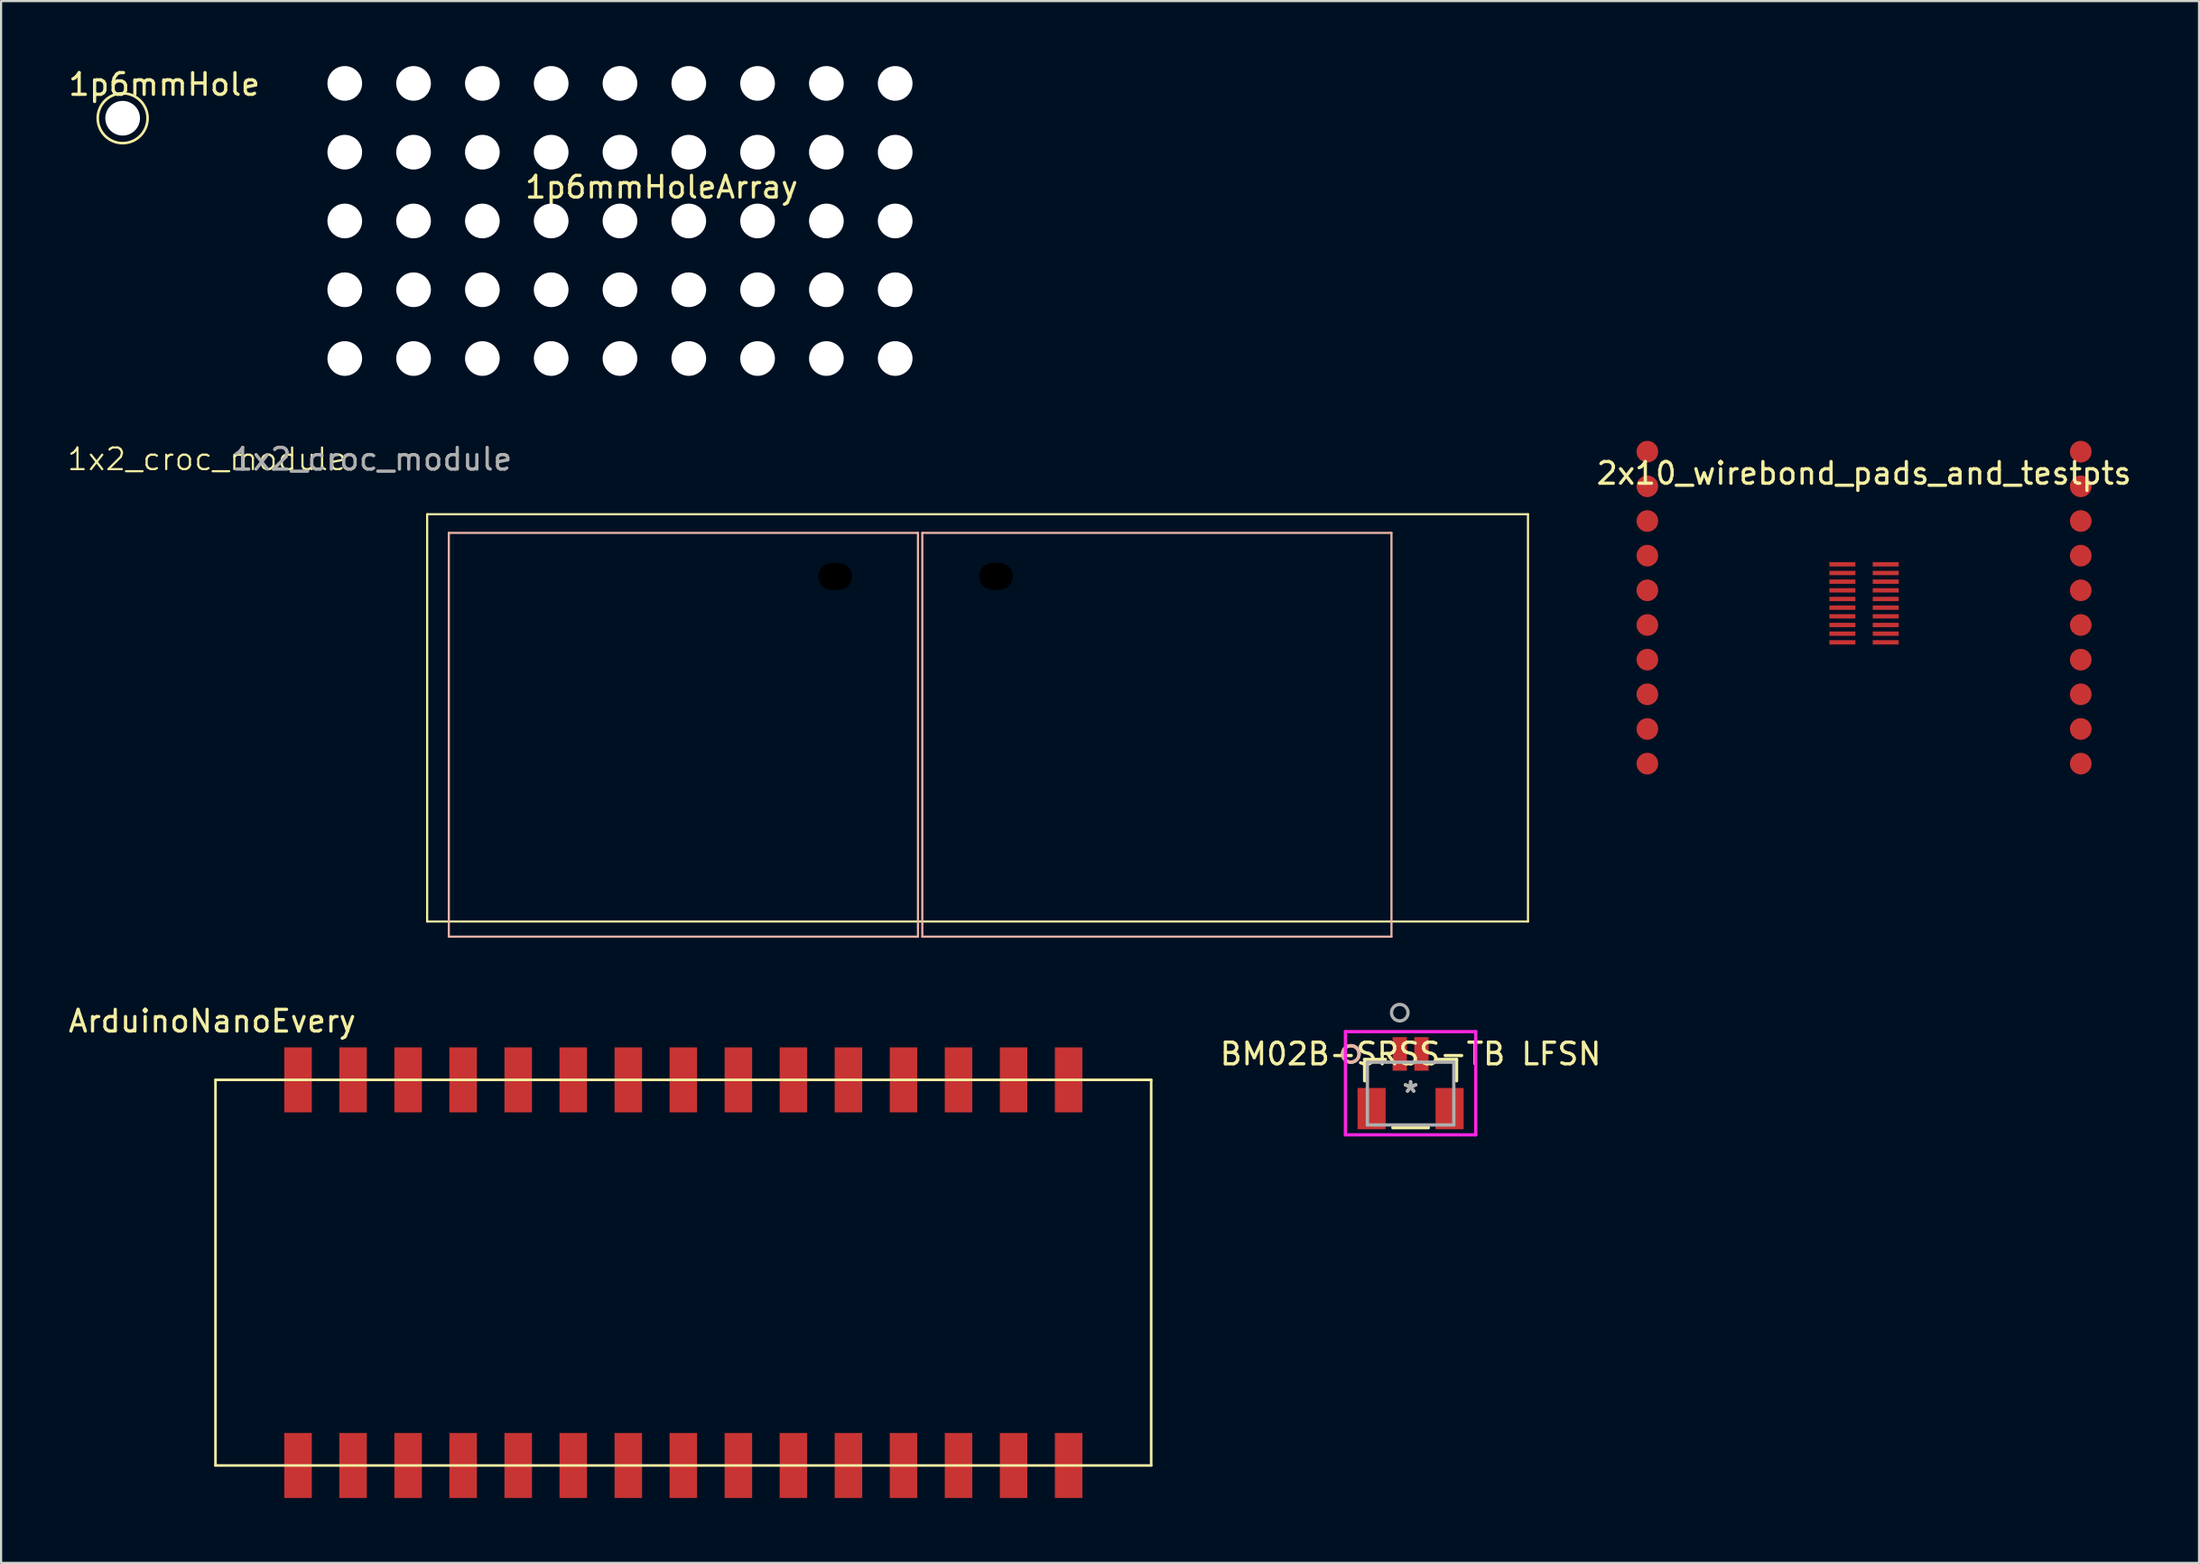
<source format=kicad_pcb>
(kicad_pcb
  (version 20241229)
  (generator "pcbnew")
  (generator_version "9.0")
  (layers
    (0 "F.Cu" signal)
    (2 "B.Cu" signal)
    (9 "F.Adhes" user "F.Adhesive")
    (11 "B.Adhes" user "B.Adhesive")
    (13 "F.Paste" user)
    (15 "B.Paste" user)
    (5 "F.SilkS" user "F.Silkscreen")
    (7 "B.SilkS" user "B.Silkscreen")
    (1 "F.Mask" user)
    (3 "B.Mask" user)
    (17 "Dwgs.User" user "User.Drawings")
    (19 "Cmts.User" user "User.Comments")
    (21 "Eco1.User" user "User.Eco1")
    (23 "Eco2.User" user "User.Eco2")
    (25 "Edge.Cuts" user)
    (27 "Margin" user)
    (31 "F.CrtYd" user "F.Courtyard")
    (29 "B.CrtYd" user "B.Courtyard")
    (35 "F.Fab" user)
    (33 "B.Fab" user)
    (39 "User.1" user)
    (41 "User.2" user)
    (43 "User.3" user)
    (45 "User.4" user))
  (footprint "2x10_wirebond_pads_and_testpts"
    (layer "F.Cu")
    (at 82.971 24.8)
    (property "Reference" "2x10_wirebond_pads_and_testpts" (at 0 -6 0) (layer "F.SilkS") (effects (font (size 1 1) (thickness 0.15))))
    (attr smd)
    (pad "1" smd circle (at -10 -7) (size 1 1) (layers "F.Cu" "F.Mask" "F.Paste"))
    (pad "1" smd rect (at -1 -1.8) (size 1.2 0.2) (layers "F.Cu" "F.Mask" "F.Paste"))
    (pad "2" smd circle (at -10 -5.4) (size 1 1) (layers "F.Cu" "F.Mask" "F.Paste"))
    (pad "2" smd rect (at -1 -1.4) (size 1.2 0.2) (layers "F.Cu" "F.Mask" "F.Paste"))
    (pad "3" smd circle (at -10 -3.8) (size 1 1) (layers "F.Cu" "F.Mask" "F.Paste"))
    (pad "3" smd rect (at -1 -1) (size 1.2 0.2) (layers "F.Cu" "F.Mask" "F.Paste"))
    (pad "4" smd circle (at -10 -2.2) (size 1 1) (layers "F.Cu" "F.Mask" "F.Paste"))
    (pad "4" smd rect (at -1 -0.6) (size 1.2 0.2) (layers "F.Cu" "F.Mask" "F.Paste"))
    (pad "5" smd circle (at -10 -0.6) (size 1 1) (layers "F.Cu" "F.Mask" "F.Paste"))
    (pad "5" smd rect (at -1 -0.2) (size 1.2 0.2) (layers "F.Cu" "F.Mask" "F.Paste"))
    (pad "6" smd circle (at -10 1) (size 1 1) (layers "F.Cu" "F.Mask" "F.Paste"))
    (pad "6" smd rect (at -1 0.2) (size 1.2 0.2) (layers "F.Cu" "F.Mask" "F.Paste"))
    (pad "7" smd circle (at -10 2.6) (size 1 1) (layers "F.Cu" "F.Mask" "F.Paste"))
    (pad "7" smd rect (at -1 0.6) (size 1.2 0.2) (layers "F.Cu" "F.Mask" "F.Paste"))
    (pad "8" smd circle (at -10 4.2) (size 1 1) (layers "F.Cu" "F.Mask" "F.Paste"))
    (pad "8" smd rect (at -1 1) (size 1.2 0.2) (layers "F.Cu" "F.Mask" "F.Paste"))
    (pad "9" smd circle (at -10 5.8) (size 1 1) (layers "F.Cu" "F.Mask" "F.Paste"))
    (pad "9" smd rect (at -1 1.4) (size 1.2 0.2) (layers "F.Cu" "F.Mask" "F.Paste"))
    (pad "10" smd circle (at -10 7.4) (size 1 1) (layers "F.Cu" "F.Mask" "F.Paste"))
    (pad "10" smd rect (at -1 1.8) (size 1.2 0.2) (layers "F.Cu" "F.Mask" "F.Paste"))
    (pad "11" smd rect (at 1 -1.8) (size 1.2 0.2) (layers "F.Cu" "F.Mask" "F.Paste"))
    (pad "11" smd circle (at 10 -7) (size 1 1) (layers "F.Cu" "F.Mask" "F.Paste"))
    (pad "12" smd rect (at 1 -1.4) (size 1.2 0.2) (layers "F.Cu" "F.Mask" "F.Paste"))
    (pad "12" smd circle (at 10 -5.4) (size 1 1) (layers "F.Cu" "F.Mask" "F.Paste"))
    (pad "13" smd rect (at 1 -1) (size 1.2 0.2) (layers "F.Cu" "F.Mask" "F.Paste"))
    (pad "13" smd circle (at 10 -3.8) (size 1 1) (layers "F.Cu" "F.Mask" "F.Paste"))
    (pad "14" smd rect (at 1 -0.6) (size 1.2 0.2) (layers "F.Cu" "F.Mask" "F.Paste"))
    (pad "14" smd circle (at 10 -2.2) (size 1 1) (layers "F.Cu" "F.Mask" "F.Paste"))
    (pad "15" smd rect (at 1 -0.2) (size 1.2 0.2) (layers "F.Cu" "F.Mask" "F.Paste"))
    (pad "15" smd circle (at 10 -0.6) (size 1 1) (layers "F.Cu" "F.Mask" "F.Paste"))
    (pad "16" smd rect (at 1 0.2) (size 1.2 0.2) (layers "F.Cu" "F.Mask" "F.Paste"))
    (pad "16" smd circle (at 10 1) (size 1 1) (layers "F.Cu" "F.Mask" "F.Paste"))
    (pad "17" smd rect (at 1 0.6) (size 1.2 0.2) (layers "F.Cu" "F.Mask" "F.Paste"))
    (pad "17" smd circle (at 10 2.6) (size 1 1) (layers "F.Cu" "F.Mask" "F.Paste"))
    (pad "18" smd rect (at 1 1) (size 1.2 0.2) (layers "F.Cu" "F.Mask" "F.Paste"))
    (pad "18" smd circle (at 10 4.2) (size 1 1) (layers "F.Cu" "F.Mask" "F.Paste"))
    (pad "19" smd rect (at 1 1.4) (size 1.2 0.2) (layers "F.Cu" "F.Mask" "F.Paste"))
    (pad "19" smd circle (at 10 5.8) (size 1 1) (layers "F.Cu" "F.Mask" "F.Paste"))
    (pad "20" smd rect (at 1 1.8) (size 1.2 0.2) (layers "F.Cu" "F.Mask" "F.Paste"))
    (pad "20" smd circle (at 10 7.4) (size 1 1) (layers "F.Cu" "F.Mask" "F.Paste")))
  (footprint "1x2_croc_module"
    (layer "F.Cu")
    (at 16.662 20.688)
    (property "Reference" "1x2_croc_module" (at -10.16 -2.54 0) (unlocked yes) (layer "F.SilkS") (effects (font (size 1 1) (thickness 0.1))))
    (attr smd)
    (fp_line (start 0 0) (end 0 18.8) (stroke (width 0.1) (type default)) (layer "F.SilkS"))
    (fp_line (start 0 0) (end 50.8 0) (stroke (width 0.1) (type default)) (layer "F.SilkS"))
    (fp_line (start 0 18.8) (end 50.8 18.8) (stroke (width 0.1) (type default)) (layer "F.SilkS"))
    (fp_line (start 50.8 0) (end 50.8 18.8) (stroke (width 0.1) (type default)) (layer "F.SilkS"))
    (fp_line (start 1 0.86) (end 1 19.5) (stroke (width 0.1) (type default)) (layer "B.SilkS"))
    (fp_line (start 1 0.86) (end 22.65 0.86) (stroke (width 0.1) (type default)) (layer "B.SilkS"))
    (fp_line (start 1 19.5) (end 22.65 19.5) (stroke (width 0.1) (type default)) (layer "B.SilkS"))
    (fp_line (start 22.65 0.86) (end 22.65 19.5) (stroke (width 0.1) (type default)) (layer "B.SilkS"))
    (fp_line (start 22.85 0.86) (end 22.85 19.5) (stroke (width 0.1) (type default)) (layer "B.SilkS"))
    (fp_line (start 22.85 0.86) (end 44.5 0.86) (stroke (width 0.1) (type default)) (layer "B.SilkS"))
    (fp_line (start 22.85 19.5) (end 44.5 19.5) (stroke (width 0.1) (type default)) (layer "B.SilkS"))
    (fp_line (start 44.5 0.86) (end 44.5 19.5) (stroke (width 0.1) (type default)) (layer "B.SilkS"))
    (fp_text user "${REFERENCE}" (at -2.54 -2.54 0) (unlocked yes) (layer "F.Fab") (effects (font (size 1 1) (thickness 0.15))))
    (pad "" np_thru_hole oval (at 18.83 2.87) (size 1.56 1.24) (drill oval 1.56 1.24) (layers "*.Mask"))
    (pad "" np_thru_hole oval (at 26.25 2.87) (size 1.56 1.24) (drill oval 1.56 1.24) (layers "*.Mask")))
  (footprint "1p6mmHoleArray"
    (layer "F.Cu")
    (at 25.56 7.15)
    (property "Reference" "1p6mmHoleArray" (at 1.92 -1.56 0) (layer "F.SilkS") (effects (font (size 1 1) (thickness 0.15))))
    (attr through_hole)
    (pad "" np_thru_hole circle (at -12.7 -6.35) (size 1.6 1.6) (drill 1.6) (layers "*.Cu" "*.Mask"))
    (pad "" np_thru_hole circle (at -12.7 -3.175) (size 1.6 1.6) (drill 1.6) (layers "*.Cu" "*.Mask"))
    (pad "" np_thru_hole circle (at -12.7 0) (size 1.6 1.6) (drill 1.6) (layers "*.Cu" "*.Mask"))
    (pad "" np_thru_hole circle (at -12.7 3.175) (size 1.6 1.6) (drill 1.6) (layers "*.Cu" "*.Mask"))
    (pad "" np_thru_hole circle (at -12.7 6.35) (size 1.6 1.6) (drill 1.6) (layers "*.Cu" "*.Mask"))
    (pad "" np_thru_hole circle (at -9.525 -6.35) (size 1.6 1.6) (drill 1.6) (layers "*.Cu" "*.Mask"))
    (pad "" np_thru_hole circle (at -9.525 -3.175) (size 1.6 1.6) (drill 1.6) (layers "*.Cu" "*.Mask"))
    (pad "" np_thru_hole circle (at -9.525 0) (size 1.6 1.6) (drill 1.6) (layers "*.Cu" "*.Mask"))
    (pad "" np_thru_hole circle (at -9.525 3.175) (size 1.6 1.6) (drill 1.6) (layers "*.Cu" "*.Mask"))
    (pad "" np_thru_hole circle (at -9.525 6.35) (size 1.6 1.6) (drill 1.6) (layers "*.Cu" "*.Mask"))
    (pad "" np_thru_hole circle (at -6.35 -6.35) (size 1.6 1.6) (drill 1.6) (layers "*.Cu" "*.Mask"))
    (pad "" np_thru_hole circle (at -6.35 -3.175) (size 1.6 1.6) (drill 1.6) (layers "*.Cu" "*.Mask"))
    (pad "" np_thru_hole circle (at -6.35 0) (size 1.6 1.6) (drill 1.6) (layers "*.Cu" "*.Mask"))
    (pad "" np_thru_hole circle (at -6.35 3.175) (size 1.6 1.6) (drill 1.6) (layers "*.Cu" "*.Mask"))
    (pad "" np_thru_hole circle (at -6.35 6.35) (size 1.6 1.6) (drill 1.6) (layers "*.Cu" "*.Mask"))
    (pad "" np_thru_hole circle (at -3.175 -6.35) (size 1.6 1.6) (drill 1.6) (layers "*.Cu" "*.Mask"))
    (pad "" np_thru_hole circle (at -3.175 -3.175) (size 1.6 1.6) (drill 1.6) (layers "*.Cu" "*.Mask"))
    (pad "" np_thru_hole circle (at -3.175 0) (size 1.6 1.6) (drill 1.6) (layers "*.Cu" "*.Mask"))
    (pad "" np_thru_hole circle (at -3.175 3.175) (size 1.6 1.6) (drill 1.6) (layers "*.Cu" "*.Mask"))
    (pad "" np_thru_hole circle (at -3.175 6.35) (size 1.6 1.6) (drill 1.6) (layers "*.Cu" "*.Mask"))
    (pad "" np_thru_hole circle (at 0 -6.35) (size 1.6 1.6) (drill 1.6) (layers "*.Cu" "*.Mask"))
    (pad "" np_thru_hole circle (at 0 -3.175) (size 1.6 1.6) (drill 1.6) (layers "*.Cu" "*.Mask"))
    (pad "" np_thru_hole circle (at 0 0) (size 1.6 1.6) (drill 1.6) (layers "*.Cu" "*.Mask"))
    (pad "" np_thru_hole circle (at 0 3.175) (size 1.6 1.6) (drill 1.6) (layers "*.Cu" "*.Mask"))
    (pad "" np_thru_hole circle (at 0 6.35) (size 1.6 1.6) (drill 1.6) (layers "*.Cu" "*.Mask"))
    (pad "" np_thru_hole circle (at 3.175 -6.35) (size 1.6 1.6) (drill 1.6) (layers "*.Cu" "*.Mask"))
    (pad "" np_thru_hole circle (at 3.175 -3.175) (size 1.6 1.6) (drill 1.6) (layers "*.Cu" "*.Mask"))
    (pad "" np_thru_hole circle (at 3.175 0) (size 1.6 1.6) (drill 1.6) (layers "*.Cu" "*.Mask"))
    (pad "" np_thru_hole circle (at 3.175 3.175) (size 1.6 1.6) (drill 1.6) (layers "*.Cu" "*.Mask"))
    (pad "" np_thru_hole circle (at 3.175 6.35) (size 1.6 1.6) (drill 1.6) (layers "*.Cu" "*.Mask"))
    (pad "" np_thru_hole circle (at 6.35 -6.35) (size 1.6 1.6) (drill 1.6) (layers "*.Cu" "*.Mask"))
    (pad "" np_thru_hole circle (at 6.35 -3.175) (size 1.6 1.6) (drill 1.6) (layers "*.Cu" "*.Mask"))
    (pad "" np_thru_hole circle (at 6.35 0) (size 1.6 1.6) (drill 1.6) (layers "*.Cu" "*.Mask"))
    (pad "" np_thru_hole circle (at 6.35 3.175) (size 1.6 1.6) (drill 1.6) (layers "*.Cu" "*.Mask"))
    (pad "" np_thru_hole circle (at 6.35 6.35) (size 1.6 1.6) (drill 1.6) (layers "*.Cu" "*.Mask"))
    (pad "" np_thru_hole circle (at 9.525 -6.35) (size 1.6 1.6) (drill 1.6) (layers "*.Cu" "*.Mask"))
    (pad "" np_thru_hole circle (at 9.525 -3.175) (size 1.6 1.6) (drill 1.6) (layers "*.Cu" "*.Mask"))
    (pad "" np_thru_hole circle (at 9.525 0) (size 1.6 1.6) (drill 1.6) (layers "*.Cu" "*.Mask"))
    (pad "" np_thru_hole circle (at 9.525 3.175) (size 1.6 1.6) (drill 1.6) (layers "*.Cu" "*.Mask"))
    (pad "" np_thru_hole circle (at 9.525 6.35) (size 1.6 1.6) (drill 1.6) (layers "*.Cu" "*.Mask"))
    (pad "" np_thru_hole circle (at 12.7 -6.35) (size 1.6 1.6) (drill 1.6) (layers "*.Cu" "*.Mask"))
    (pad "" np_thru_hole circle (at 12.7 -3.175) (size 1.6 1.6) (drill 1.6) (layers "*.Cu" "*.Mask"))
    (pad "" np_thru_hole circle (at 12.7 0) (size 1.6 1.6) (drill 1.6) (layers "*.Cu" "*.Mask"))
    (pad "" np_thru_hole circle (at 12.7 3.175) (size 1.6 1.6) (drill 1.6) (layers "*.Cu" "*.Mask"))
    (pad "" np_thru_hole circle (at 12.7 6.35) (size 1.6 1.6) (drill 1.6) (layers "*.Cu" "*.Mask")))
  (footprint "1p6mmHole"
    (layer "F.Cu")
    (at 2.61 2.408)
    (property "Reference" "1p6mmHole" (at 1.92 -1.56 0) (layer "F.SilkS") (effects (font (size 1 1) (thickness 0.15))))
    (attr through_hole)
    (fp_circle (center 0 0) (end 1.15 0) (stroke (width 0.12) (type solid)) (fill no) (layer "F.SilkS"))
    (pad "" np_thru_hole circle (at 0 0) (size 1.6 1.6) (drill 1.6) (layers "*.Cu" "*.Mask")))
  (footprint "ArduinoNanoEvery"
    (layer "F.Cu")
    (at 10.704 46.797)
    (property "Reference" "ArduinoNanoEvery" (at -3.96 -2.71 0) (layer "F.SilkS") (effects (font (size 1 1) (thickness 0.15))))
    (attr through_hole)
    (fp_line (start -3.81 0) (end -3.81 17.8) (stroke (width 0.12) (type solid)) (layer "F.SilkS"))
    (fp_line (start -3.81 0) (end 39.37 0) (stroke (width 0.12) (type solid)) (layer "F.SilkS"))
    (fp_line (start -3.81 17.8) (end 39.37 17.8) (stroke (width 0.12) (type solid)) (layer "F.SilkS"))
    (fp_line (start 39.37 0) (end 39.37 17.8) (stroke (width 0.12) (type solid)) (layer "F.SilkS"))
    (pad "1" smd rect (at 0 0) (size 1.27 3) (layers "F.Cu" "F.Mask" "F.Paste"))
    (pad "2" smd rect (at 2.54 0) (size 1.27 3) (layers "F.Cu" "F.Mask" "F.Paste"))
    (pad "3" smd rect (at 5.08 0) (size 1.27 3) (layers "F.Cu" "F.Mask" "F.Paste"))
    (pad "4" smd rect (at 7.62 0) (size 1.27 3) (layers "F.Cu" "F.Mask" "F.Paste"))
    (pad "5" smd rect (at 10.16 0) (size 1.27 3) (layers "F.Cu" "F.Mask" "F.Paste"))
    (pad "6" smd rect (at 12.7 0) (size 1.27 3) (layers "F.Cu" "F.Mask" "F.Paste"))
    (pad "7" smd rect (at 15.24 0) (size 1.27 3) (layers "F.Cu" "F.Mask" "F.Paste"))
    (pad "8" smd rect (at 17.78 0) (size 1.27 3) (layers "F.Cu" "F.Mask" "F.Paste"))
    (pad "9" smd rect (at 20.32 0) (size 1.27 3) (layers "F.Cu" "F.Mask" "F.Paste"))
    (pad "10" smd rect (at 22.86 0) (size 1.27 3) (layers "F.Cu" "F.Mask" "F.Paste"))
    (pad "11" smd rect (at 25.4 0) (size 1.27 3) (layers "F.Cu" "F.Mask" "F.Paste"))
    (pad "12" smd rect (at 27.94 0) (size 1.27 3) (layers "F.Cu" "F.Mask" "F.Paste"))
    (pad "13" smd rect (at 30.48 0) (size 1.27 3) (layers "F.Cu" "F.Mask" "F.Paste"))
    (pad "14" smd rect (at 33.02 0) (size 1.27 3) (layers "F.Cu" "F.Mask" "F.Paste"))
    (pad "15" smd rect (at 35.56 0) (size 1.27 3) (layers "F.Cu" "F.Mask" "F.Paste"))
    (pad "16" smd rect (at 0 17.8) (size 1.27 3) (layers "F.Cu" "F.Mask" "F.Paste"))
    (pad "17" smd rect (at 2.54 17.8) (size 1.27 3) (layers "F.Cu" "F.Mask" "F.Paste"))
    (pad "18" smd rect (at 5.08 17.8) (size 1.27 3) (layers "F.Cu" "F.Mask" "F.Paste"))
    (pad "19" smd rect (at 7.62 17.8) (size 1.27 3) (layers "F.Cu" "F.Mask" "F.Paste"))
    (pad "20" smd rect (at 10.16 17.8) (size 1.27 3) (layers "F.Cu" "F.Mask" "F.Paste"))
    (pad "21" smd rect (at 12.7 17.8) (size 1.27 3) (layers "F.Cu" "F.Mask" "F.Paste"))
    (pad "22" smd rect (at 15.24 17.8) (size 1.27 3) (layers "F.Cu" "F.Mask" "F.Paste"))
    (pad "23" smd rect (at 17.78 17.8) (size 1.27 3) (layers "F.Cu" "F.Mask" "F.Paste"))
    (pad "24" smd rect (at 20.32 17.8) (size 1.27 3) (layers "F.Cu" "F.Mask" "F.Paste"))
    (pad "25" smd rect (at 22.86 17.8) (size 1.27 3) (layers "F.Cu" "F.Mask" "F.Paste"))
    (pad "26" smd rect (at 25.4 17.8) (size 1.27 3) (layers "F.Cu" "F.Mask" "F.Paste"))
    (pad "27" smd rect (at 27.94 17.8) (size 1.27 3) (layers "F.Cu" "F.Mask" "F.Paste"))
    (pad "28" smd rect (at 30.48 17.8) (size 1.27 3) (layers "F.Cu" "F.Mask" "F.Paste"))
    (pad "29" smd rect (at 33.02 17.8) (size 1.27 3) (layers "F.Cu" "F.Mask" "F.Paste"))
    (pad "30" smd rect (at 35.56 17.8) (size 1.27 3) (layers "F.Cu" "F.Mask" "F.Paste")))
  (footprint "BM02B-SRSS-TB LFSN"
    (layer "F.Cu")
    (at 62.045 47.43)
    (property "Reference" "BM02B-SRSS-TB LFSN" (at 0 -1.83 0) (layer "F.SilkS") (effects (font (size 1 1) (thickness 0.15))))
    (attr through_hole)
    (fp_line (start -2.121 -1.575) (end -2.121 -0.59) (stroke (width 0.152) (type solid)) (layer "F.SilkS"))
    (fp_line (start -1.163 -1.575) (end -2.121 -1.575) (stroke (width 0.152) (type solid)) (layer "F.SilkS"))
    (fp_line (start -0.82 1.575) (end 0.82 1.575) (stroke (width 0.152) (type solid)) (layer "F.SilkS"))
    (fp_line (start 2.121 -1.575) (end 1.163 -1.575) (stroke (width 0.152) (type solid)) (layer "F.SilkS"))
    (fp_line (start 2.121 -0.59) (end 2.121 -1.575) (stroke (width 0.152) (type solid)) (layer "F.SilkS"))
    (fp_circle (center -2.756 -1.83) (end -2.375 -1.83) (stroke (width 0.152) (type solid)) (fill no) (layer "F.SilkS"))
    (fp_circle (center -2.756 -1.83) (end -2.375 -1.83) (stroke (width 0.152) (type solid)) (fill no) (layer "B.SilkS"))
    (fp_line (start -3.006 -2.858) (end -3.006 1.905) (stroke (width 0.152) (type solid)) (layer "F.CrtYd"))
    (fp_line (start -3.006 1.905) (end 3.006 1.905) (stroke (width 0.152) (type solid)) (layer "F.CrtYd"))
    (fp_line (start 3.006 -2.858) (end -3.006 -2.858) (stroke (width 0.152) (type solid)) (layer "F.CrtYd"))
    (fp_line (start 3.006 1.905) (end 3.006 -2.858) (stroke (width 0.152) (type solid)) (layer "F.CrtYd"))
    (fp_line (start -1.994 -1.448) (end -1.994 1.448) (stroke (width 0.152) (type solid)) (layer "F.Fab"))
    (fp_line (start -1.994 1.448) (end 1.994 1.448) (stroke (width 0.152) (type solid)) (layer "F.Fab"))
    (fp_line (start 1.994 -1.448) (end -1.994 -1.448) (stroke (width 0.152) (type solid)) (layer "F.Fab"))
    (fp_line (start 1.994 1.448) (end 1.994 -1.448) (stroke (width 0.152) (type solid)) (layer "F.Fab"))
    (fp_circle (center -0.5 -3.735) (end -0.119 -3.735) (stroke (width 0.152) (type solid)) (fill no) (layer "F.Fab"))
    (fp_text user "*" (at 0 0 0) (layer "F.SilkS") (effects (font (size 1 1) (thickness 0.15))))
    (fp_text user "Copyright 2016 Accelerated Designs. All rights reserved." (at 0 0 0) (layer "Cmts.User") (effects (font (size 0.127 0.127) (thickness 0.002))))
    (fp_text user "*" (at 0 0 0) (layer "F.Fab") (effects (font (size 1 1) (thickness 0.15))))
    (pad "1" smd rect (at -0.5 -1.83) (size 0.66 1.549) (layers "F.Cu" "F.Mask" "F.Paste"))
    (pad "2" smd rect (at 0.5 -1.83) (size 0.66 1.549) (layers "F.Cu" "F.Mask" "F.Paste"))
    (pad "3" smd rect (at -1.8 0.695 90) (size 1.905 1.295) (layers "F.Cu" "F.Mask" "F.Paste"))
    (pad "4" smd rect (at 1.8 0.695 90) (size 1.905 1.295) (layers "F.Cu" "F.Mask" "F.Paste")))
  (gr_rect
    (start -3 -3)
    (end 98.429 69.097)
    (stroke (width 0.1) (type default))
    (fill no)
    (layer "Edge.Cuts")))
</source>
